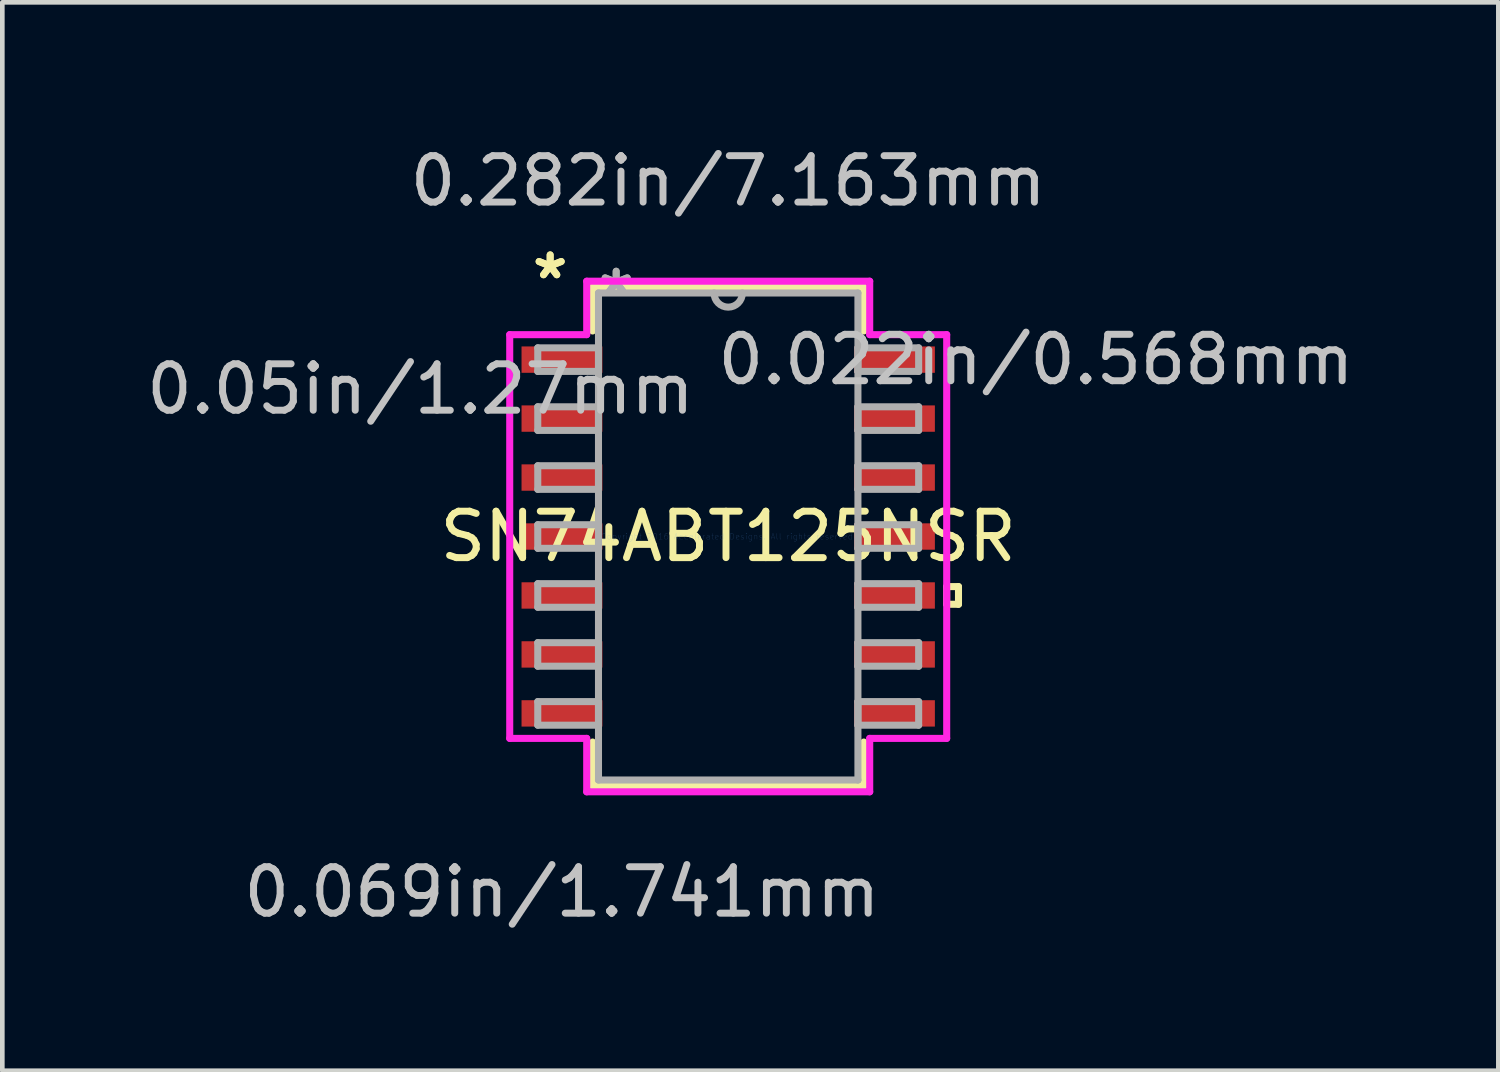
<source format=kicad_pcb>
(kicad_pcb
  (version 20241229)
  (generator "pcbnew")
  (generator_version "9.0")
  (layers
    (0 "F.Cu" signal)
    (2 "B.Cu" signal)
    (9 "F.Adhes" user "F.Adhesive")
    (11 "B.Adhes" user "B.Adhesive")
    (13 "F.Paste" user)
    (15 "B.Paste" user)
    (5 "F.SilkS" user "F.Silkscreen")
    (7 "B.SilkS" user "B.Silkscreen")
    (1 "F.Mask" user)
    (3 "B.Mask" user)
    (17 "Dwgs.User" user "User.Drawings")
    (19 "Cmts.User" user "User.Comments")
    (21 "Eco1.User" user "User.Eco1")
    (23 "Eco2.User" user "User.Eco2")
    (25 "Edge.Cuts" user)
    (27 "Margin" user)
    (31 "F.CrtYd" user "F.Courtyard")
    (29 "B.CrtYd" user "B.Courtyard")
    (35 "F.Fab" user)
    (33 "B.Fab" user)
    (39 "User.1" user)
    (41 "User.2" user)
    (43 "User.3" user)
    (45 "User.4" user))
  (footprint "SN74ABT125NSR"
    (layer "F.Cu")
    (at 12.635 8.506)
    (property "Reference" "SN74ABT125NSR" (at 0 0 0) (layer "F.SilkS") (effects (font (size 1 1) (thickness 0.15))))
    (attr through_hole)
    (fp_line (start -2.921 -5.372) (end -2.921 -4.427) (stroke (width 0.152) (type solid)) (layer "F.SilkS"))
    (fp_line (start -2.921 4.427) (end -2.921 5.372) (stroke (width 0.152) (type solid)) (layer "F.SilkS"))
    (fp_line (start -2.921 5.372) (end 2.921 5.372) (stroke (width 0.152) (type solid)) (layer "F.SilkS"))
    (fp_line (start 2.921 -5.372) (end -2.921 -5.372) (stroke (width 0.152) (type solid)) (layer "F.SilkS"))
    (fp_line (start 2.921 -4.427) (end 2.921 -5.372) (stroke (width 0.152) (type solid)) (layer "F.SilkS"))
    (fp_line (start 2.921 5.372) (end 2.921 4.427) (stroke (width 0.152) (type solid)) (layer "F.SilkS"))
    (fp_line (start 4.706 1.079) (end 4.96 1.079) (stroke (width 0.152) (type solid)) (layer "F.SilkS"))
    (fp_line (start 4.706 1.46) (end 4.706 1.079) (stroke (width 0.152) (type solid)) (layer "F.SilkS"))
    (fp_line (start 4.96 1.079) (end 4.96 1.46) (stroke (width 0.152) (type solid)) (layer "F.SilkS"))
    (fp_line (start 4.96 1.46) (end 4.706 1.46) (stroke (width 0.152) (type solid)) (layer "F.SilkS"))
    (fp_line (start -4.706 -4.348) (end -3.048 -4.348) (stroke (width 0.152) (type solid)) (layer "F.CrtYd"))
    (fp_line (start -4.706 4.348) (end -4.706 -4.348) (stroke (width 0.152) (type solid)) (layer "F.CrtYd"))
    (fp_line (start -3.048 -5.499) (end 3.048 -5.499) (stroke (width 0.152) (type solid)) (layer "F.CrtYd"))
    (fp_line (start -3.048 -4.348) (end -3.048 -5.499) (stroke (width 0.152) (type solid)) (layer "F.CrtYd"))
    (fp_line (start -3.048 4.348) (end -4.706 4.348) (stroke (width 0.152) (type solid)) (layer "F.CrtYd"))
    (fp_line (start -3.048 5.499) (end -3.048 4.348) (stroke (width 0.152) (type solid)) (layer "F.CrtYd"))
    (fp_line (start 3.048 -5.499) (end 3.048 -4.348) (stroke (width 0.152) (type solid)) (layer "F.CrtYd"))
    (fp_line (start 3.048 -4.348) (end 4.706 -4.348) (stroke (width 0.152) (type solid)) (layer "F.CrtYd"))
    (fp_line (start 3.048 4.348) (end 3.048 5.499) (stroke (width 0.152) (type solid)) (layer "F.CrtYd"))
    (fp_line (start 3.048 5.499) (end -3.048 5.499) (stroke (width 0.152) (type solid)) (layer "F.CrtYd"))
    (fp_line (start 4.706 -4.348) (end 4.706 4.348) (stroke (width 0.152) (type solid)) (layer "F.CrtYd"))
    (fp_line (start 4.706 4.348) (end 3.048 4.348) (stroke (width 0.152) (type solid)) (layer "F.CrtYd"))
    (fp_line (start -4.102 -4.064) (end -4.102 -3.556) (stroke (width 0.152) (type solid)) (layer "F.Fab"))
    (fp_line (start -4.102 -3.556) (end -2.794 -3.556) (stroke (width 0.152) (type solid)) (layer "F.Fab"))
    (fp_line (start -4.102 -2.794) (end -4.102 -2.286) (stroke (width 0.152) (type solid)) (layer "F.Fab"))
    (fp_line (start -4.102 -2.286) (end -2.794 -2.286) (stroke (width 0.152) (type solid)) (layer "F.Fab"))
    (fp_line (start -4.102 -1.524) (end -4.102 -1.016) (stroke (width 0.152) (type solid)) (layer "F.Fab"))
    (fp_line (start -4.102 -1.016) (end -2.794 -1.016) (stroke (width 0.152) (type solid)) (layer "F.Fab"))
    (fp_line (start -4.102 -0.254) (end -4.102 0.254) (stroke (width 0.152) (type solid)) (layer "F.Fab"))
    (fp_line (start -4.102 0.254) (end -2.794 0.254) (stroke (width 0.152) (type solid)) (layer "F.Fab"))
    (fp_line (start -4.102 1.016) (end -4.102 1.524) (stroke (width 0.152) (type solid)) (layer "F.Fab"))
    (fp_line (start -4.102 1.524) (end -2.794 1.524) (stroke (width 0.152) (type solid)) (layer "F.Fab"))
    (fp_line (start -4.102 2.286) (end -4.102 2.794) (stroke (width 0.152) (type solid)) (layer "F.Fab"))
    (fp_line (start -4.102 2.794) (end -2.794 2.794) (stroke (width 0.152) (type solid)) (layer "F.Fab"))
    (fp_line (start -4.102 3.556) (end -4.102 4.064) (stroke (width 0.152) (type solid)) (layer "F.Fab"))
    (fp_line (start -4.102 4.064) (end -2.794 4.064) (stroke (width 0.152) (type solid)) (layer "F.Fab"))
    (fp_line (start -2.794 -5.245) (end -2.794 5.245) (stroke (width 0.152) (type solid)) (layer "F.Fab"))
    (fp_line (start -2.794 -4.064) (end -4.102 -4.064) (stroke (width 0.152) (type solid)) (layer "F.Fab"))
    (fp_line (start -2.794 -3.556) (end -2.794 -4.064) (stroke (width 0.152) (type solid)) (layer "F.Fab"))
    (fp_line (start -2.794 -2.794) (end -4.102 -2.794) (stroke (width 0.152) (type solid)) (layer "F.Fab"))
    (fp_line (start -2.794 -2.286) (end -2.794 -2.794) (stroke (width 0.152) (type solid)) (layer "F.Fab"))
    (fp_line (start -2.794 -1.524) (end -4.102 -1.524) (stroke (width 0.152) (type solid)) (layer "F.Fab"))
    (fp_line (start -2.794 -1.016) (end -2.794 -1.524) (stroke (width 0.152) (type solid)) (layer "F.Fab"))
    (fp_line (start -2.794 -0.254) (end -4.102 -0.254) (stroke (width 0.152) (type solid)) (layer "F.Fab"))
    (fp_line (start -2.794 0.254) (end -2.794 -0.254) (stroke (width 0.152) (type solid)) (layer "F.Fab"))
    (fp_line (start -2.794 1.016) (end -4.102 1.016) (stroke (width 0.152) (type solid)) (layer "F.Fab"))
    (fp_line (start -2.794 1.524) (end -2.794 1.016) (stroke (width 0.152) (type solid)) (layer "F.Fab"))
    (fp_line (start -2.794 2.286) (end -4.102 2.286) (stroke (width 0.152) (type solid)) (layer "F.Fab"))
    (fp_line (start -2.794 2.794) (end -2.794 2.286) (stroke (width 0.152) (type solid)) (layer "F.Fab"))
    (fp_line (start -2.794 3.556) (end -4.102 3.556) (stroke (width 0.152) (type solid)) (layer "F.Fab"))
    (fp_line (start -2.794 4.064) (end -2.794 3.556) (stroke (width 0.152) (type solid)) (layer "F.Fab"))
    (fp_line (start -2.794 5.245) (end 2.794 5.245) (stroke (width 0.152) (type solid)) (layer "F.Fab"))
    (fp_line (start 2.794 -5.245) (end -2.794 -5.245) (stroke (width 0.152) (type solid)) (layer "F.Fab"))
    (fp_line (start 2.794 -4.064) (end 2.794 -3.556) (stroke (width 0.152) (type solid)) (layer "F.Fab"))
    (fp_line (start 2.794 -3.556) (end 4.102 -3.556) (stroke (width 0.152) (type solid)) (layer "F.Fab"))
    (fp_line (start 2.794 -2.794) (end 2.794 -2.286) (stroke (width 0.152) (type solid)) (layer "F.Fab"))
    (fp_line (start 2.794 -2.286) (end 4.102 -2.286) (stroke (width 0.152) (type solid)) (layer "F.Fab"))
    (fp_line (start 2.794 -1.524) (end 2.794 -1.016) (stroke (width 0.152) (type solid)) (layer "F.Fab"))
    (fp_line (start 2.794 -1.016) (end 4.102 -1.016) (stroke (width 0.152) (type solid)) (layer "F.Fab"))
    (fp_line (start 2.794 -0.254) (end 2.794 0.254) (stroke (width 0.152) (type solid)) (layer "F.Fab"))
    (fp_line (start 2.794 0.254) (end 4.102 0.254) (stroke (width 0.152) (type solid)) (layer "F.Fab"))
    (fp_line (start 2.794 1.016) (end 2.794 1.524) (stroke (width 0.152) (type solid)) (layer "F.Fab"))
    (fp_line (start 2.794 1.524) (end 4.102 1.524) (stroke (width 0.152) (type solid)) (layer "F.Fab"))
    (fp_line (start 2.794 2.286) (end 2.794 2.794) (stroke (width 0.152) (type solid)) (layer "F.Fab"))
    (fp_line (start 2.794 2.794) (end 4.102 2.794) (stroke (width 0.152) (type solid)) (layer "F.Fab"))
    (fp_line (start 2.794 3.556) (end 2.794 4.064) (stroke (width 0.152) (type solid)) (layer "F.Fab"))
    (fp_line (start 2.794 4.064) (end 4.102 4.064) (stroke (width 0.152) (type solid)) (layer "F.Fab"))
    (fp_line (start 2.794 5.245) (end 2.794 -5.245) (stroke (width 0.152) (type solid)) (layer "F.Fab"))
    (fp_line (start 4.102 -4.064) (end 2.794 -4.064) (stroke (width 0.152) (type solid)) (layer "F.Fab"))
    (fp_line (start 4.102 -3.556) (end 4.102 -4.064) (stroke (width 0.152) (type solid)) (layer "F.Fab"))
    (fp_line (start 4.102 -2.794) (end 2.794 -2.794) (stroke (width 0.152) (type solid)) (layer "F.Fab"))
    (fp_line (start 4.102 -2.286) (end 4.102 -2.794) (stroke (width 0.152) (type solid)) (layer "F.Fab"))
    (fp_line (start 4.102 -1.524) (end 2.794 -1.524) (stroke (width 0.152) (type solid)) (layer "F.Fab"))
    (fp_line (start 4.102 -1.016) (end 4.102 -1.524) (stroke (width 0.152) (type solid)) (layer "F.Fab"))
    (fp_line (start 4.102 -0.254) (end 2.794 -0.254) (stroke (width 0.152) (type solid)) (layer "F.Fab"))
    (fp_line (start 4.102 0.254) (end 4.102 -0.254) (stroke (width 0.152) (type solid)) (layer "F.Fab"))
    (fp_line (start 4.102 1.016) (end 2.794 1.016) (stroke (width 0.152) (type solid)) (layer "F.Fab"))
    (fp_line (start 4.102 1.524) (end 4.102 1.016) (stroke (width 0.152) (type solid)) (layer "F.Fab"))
    (fp_line (start 4.102 2.286) (end 2.794 2.286) (stroke (width 0.152) (type solid)) (layer "F.Fab"))
    (fp_line (start 4.102 2.794) (end 4.102 2.286) (stroke (width 0.152) (type solid)) (layer "F.Fab"))
    (fp_line (start 4.102 3.556) (end 2.794 3.556) (stroke (width 0.152) (type solid)) (layer "F.Fab"))
    (fp_line (start 4.102 4.064) (end 4.102 3.556) (stroke (width 0.152) (type solid)) (layer "F.Fab"))
    (fp_arc (start 0.3048 -5.2451) (mid 0 -4.9403) (end -0.3048 -5.2451) (stroke (width 0.1524) (type solid)) (layer "F.Fab"))
    (fp_text user "*" (at -3.835 -5.521 0) (layer "F.SilkS") (effects (font (size 1 1) (thickness 0.15))))
    (fp_text user "*" (at -3.835 -5.521 0) (layer "F.SilkS") (effects (font (size 1 1) (thickness 0.15))))
    (fp_text user "0.05in/1.27mm" (at -6.629 -3.175 0) (layer "Dwgs.User") (effects (font (size 1 1) (thickness 0.15))))
    (fp_text user "0.022in/0.568mm" (at 6.629 -3.81 0) (layer "Dwgs.User") (effects (font (size 1 1) (thickness 0.15))))
    (fp_text user "0.069in/1.741mm" (at -3.581 7.658 0) (layer "Dwgs.User") (effects (font (size 1 1) (thickness 0.15))))
    (fp_text user "0.282in/7.163mm" (at 0 -7.658 0) (layer "Dwgs.User") (effects (font (size 1 1) (thickness 0.15))))
    (fp_text user "Copyright 2016 Accelerated Designs. All rights reserved." (at 0 0 0) (layer "Cmts.User") (effects (font (size 0.127 0.127) (thickness 0.002))))
    (fp_text user "*" (at -2.413 -5.169 0) (layer "F.Fab") (effects (font (size 1 1) (thickness 0.15))))
    (fp_text user "*" (at -2.413 -5.169 0) (layer "F.Fab") (effects (font (size 1 1) (thickness 0.15))))
    (pad "1" smd rect (at -3.581 -3.81) (size 1.741 0.568) (layers "F.Cu" "F.Mask" "F.Paste"))
    (pad "2" smd rect (at -3.581 -2.54) (size 1.741 0.568) (layers "F.Cu" "F.Mask" "F.Paste"))
    (pad "3" smd rect (at -3.581 -1.27) (size 1.741 0.568) (layers "F.Cu" "F.Mask" "F.Paste"))
    (pad "4" smd rect (at -3.581 0) (size 1.741 0.568) (layers "F.Cu" "F.Mask" "F.Paste"))
    (pad "5" smd rect (at -3.581 1.27) (size 1.741 0.568) (layers "F.Cu" "F.Mask" "F.Paste"))
    (pad "6" smd rect (at -3.581 2.54) (size 1.741 0.568) (layers "F.Cu" "F.Mask" "F.Paste"))
    (pad "7" smd rect (at -3.581 3.81) (size 1.741 0.568) (layers "F.Cu" "F.Mask" "F.Paste"))
    (pad "8" smd rect (at 3.581 3.81) (size 1.741 0.568) (layers "F.Cu" "F.Mask" "F.Paste"))
    (pad "9" smd rect (at 3.581 2.54) (size 1.741 0.568) (layers "F.Cu" "F.Mask" "F.Paste"))
    (pad "10" smd rect (at 3.581 1.27) (size 1.741 0.568) (layers "F.Cu" "F.Mask" "F.Paste"))
    (pad "11" smd rect (at 3.581 0) (size 1.741 0.568) (layers "F.Cu" "F.Mask" "F.Paste"))
    (pad "12" smd rect (at 3.581 -1.27) (size 1.741 0.568) (layers "F.Cu" "F.Mask" "F.Paste"))
    (pad "13" smd rect (at 3.581 -2.54) (size 1.741 0.568) (layers "F.Cu" "F.Mask" "F.Paste"))
    (pad "14" smd rect (at 3.581 -3.81) (size 1.741 0.568) (layers "F.Cu" "F.Mask" "F.Paste")))
  (gr_rect
    (start -3 -3)
    (end 29.223 20.013)
    (stroke (width 0.1) (type default))
    (fill no)
    (layer "Edge.Cuts")))
</source>
